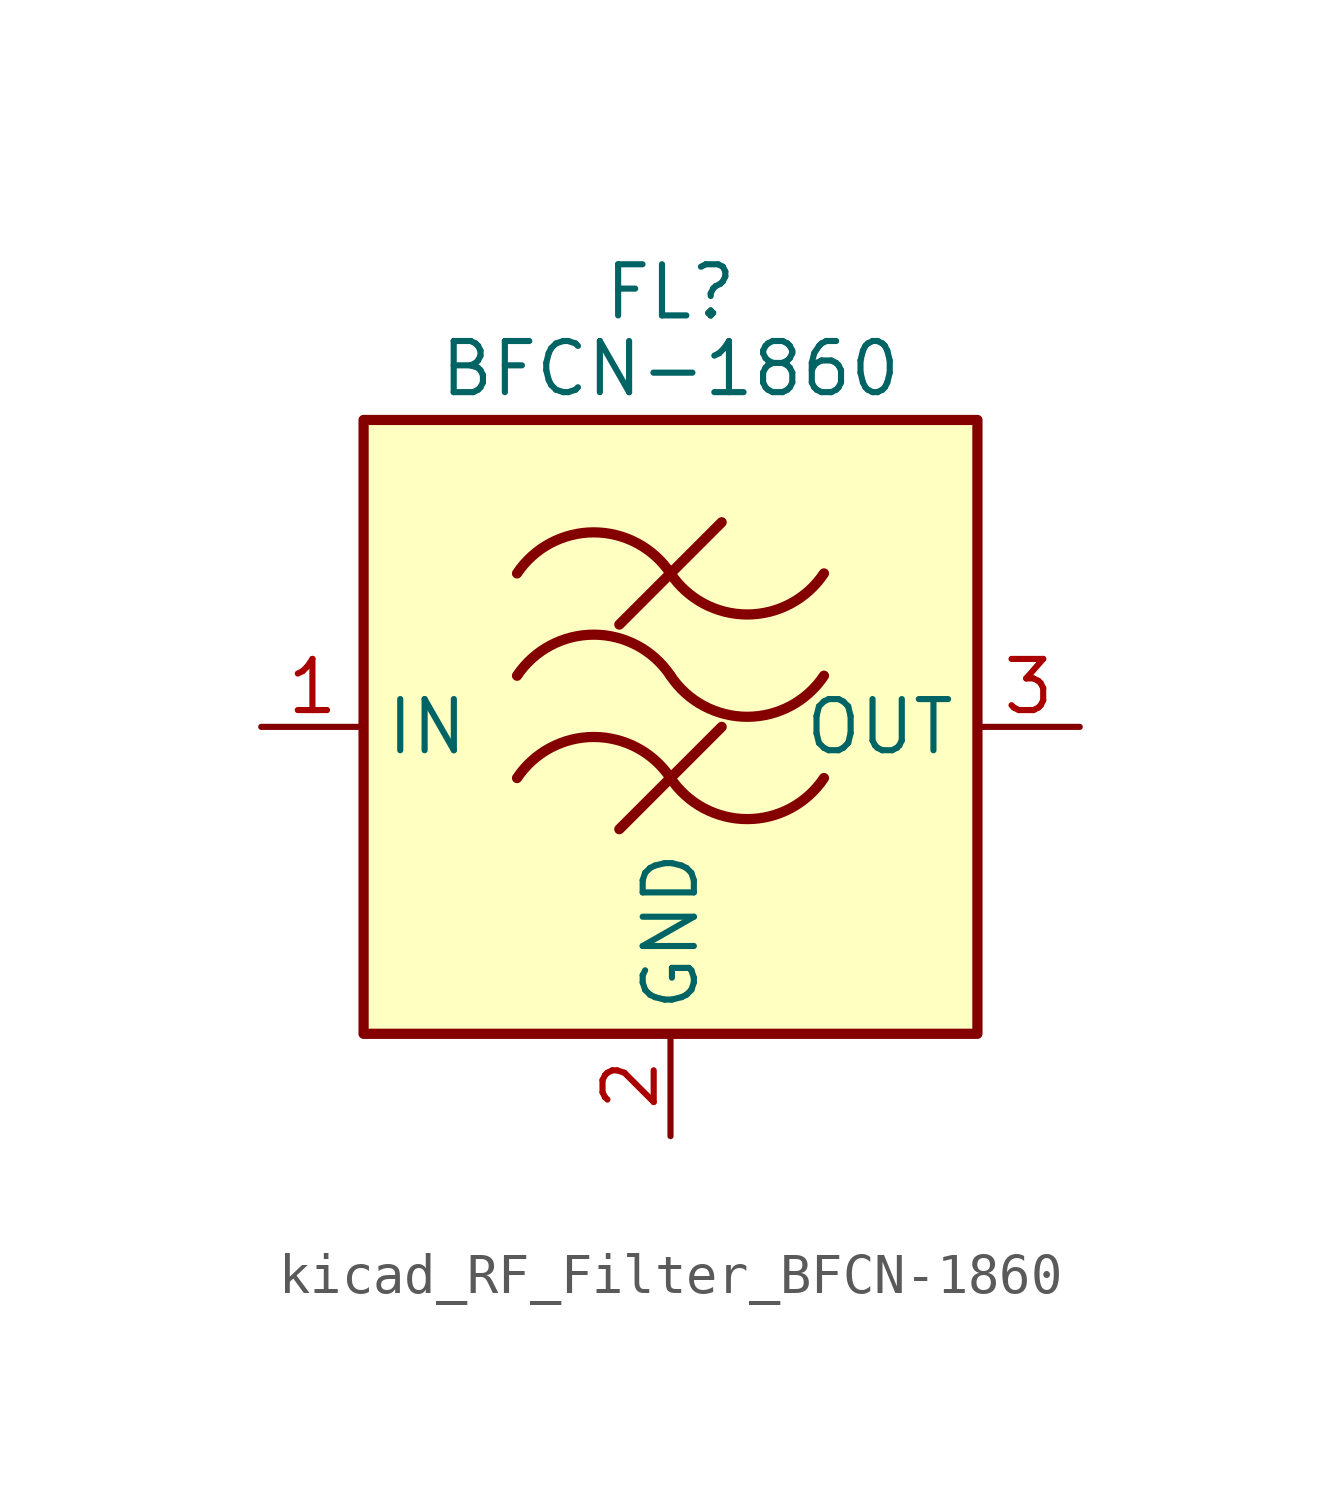
<source format=kicad_sym>
(kicad_symbol_lib
  (version 20220914)
  (generator kicad_symbol_editor)
  (symbol "kicad_RF_Filter_BFCN-1860"
    (property "Reference" "FL"
      (at 0 10.795 0)
      (effects (font (size 1.27 1.27))))
    (property "Value" "BFCN-1860"
      (at 0 8.89 0)
      (effects (font (size 1.27 1.27))))
    (symbol "kicad_RF_Filter_BFCN-1860_0_1"
      (rectangle (start -7.62 7.62) (end 7.62 -7.62) (stroke (width 0.254) (type default)) (fill (type background)))
      (arc (start 0 -1.27) (mid -1.905 -0.2505) (end -3.81 -1.27) (stroke (width 0.254) (type default)) (fill (type none)))
      (arc (start 0 -1.27) (mid 1.905 -2.2895) (end 3.81 -1.27) (stroke (width 0.254) (type default)) (fill (type none)))
      (polyline (pts (xy -1.27 -2.54) (xy 1.27 0)) (stroke (width 0.254) (type default)) (fill (type none)))
      (polyline (pts (xy -1.27 2.54) (xy 1.27 5.08)) (stroke (width 0.254) (type default)) (fill (type none)))
      (arc (start 0 1.27) (mid -1.905 2.2895) (end -3.81 1.27) (stroke (width 0.254) (type default)) (fill (type none)))
      (arc (start 0 1.27) (mid 1.905 0.2505) (end 3.81 1.27) (stroke (width 0.254) (type default)) (fill (type none)))
      (arc (start 0 3.81) (mid -1.905 4.8295) (end -3.81 3.81) (stroke (width 0.254) (type default)) (fill (type none)))
      (arc (start 0 3.81) (mid 1.905 2.7905) (end 3.81 3.81) (stroke (width 0.254) (type default)) (fill (type none))))
    (symbol "kicad_RF_Filter_BFCN-1860_1_1"
      (pin passive line (at -10.16 0 0) (length 2.54) (name "IN" (effects (font (size 1.27 1.27)))) (number "1" (effects (font (size 1.27 1.27)))))
      (pin passive line (at 0 -10.16 90) (length 2.54) (name "GND" (effects (font (size 1.27 1.27)))) (number "2" (effects (font (size 1.27 1.27)))))
      (pin passive line (at 10.16 0 180) (length 2.54) (name "OUT" (effects (font (size 1.27 1.27)))) (number "3" (effects (font (size 1.27 1.27)))))
      (pin passive line (at 0 -10.16 90) (length 2.54) hide (name "GND" (effects (font (size 1.27 1.27)))) (number "4" (effects (font (size 1.27 1.27))))))))
</source>
